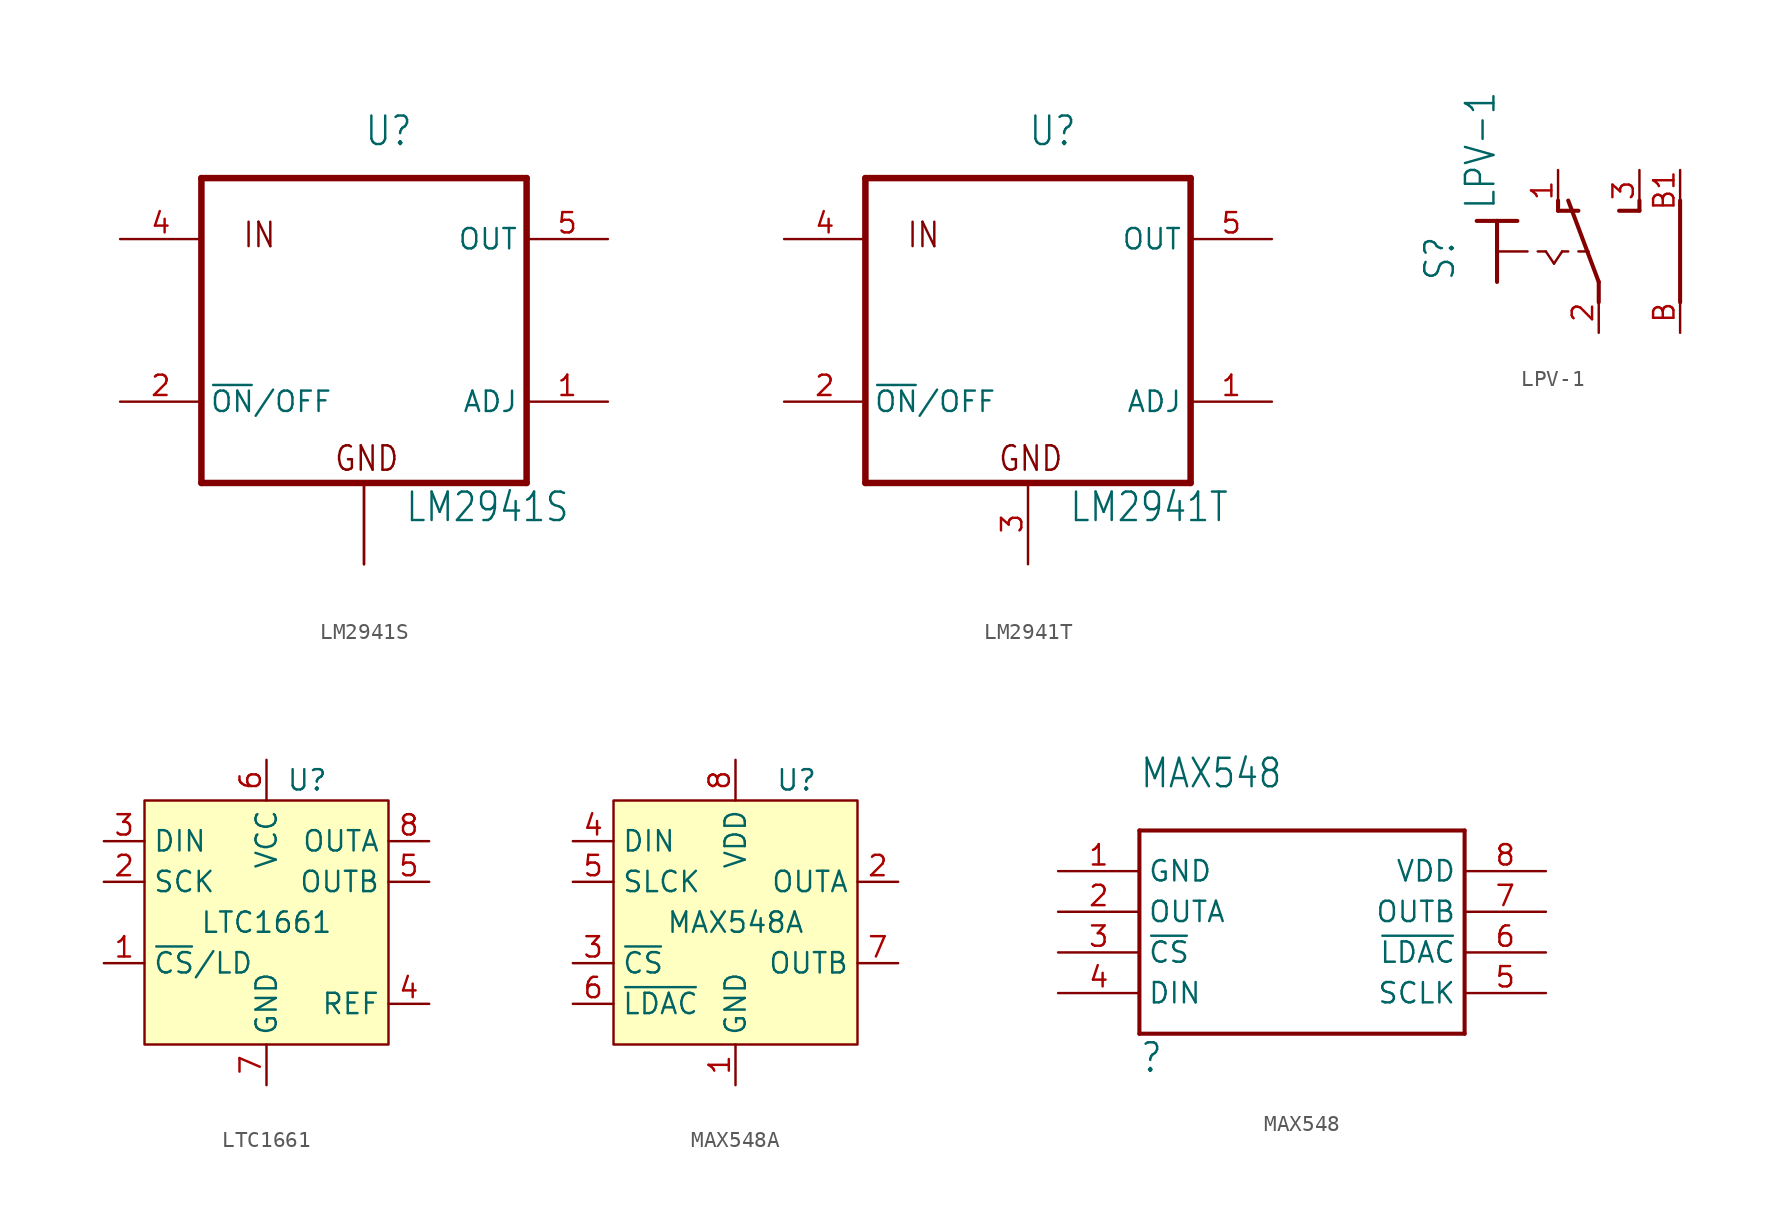
<source format=kicad_sym>
(kicad_symbol_lib
  (version 20211014)
  (generator kicad_symbol_editor)
  (symbol "LM2941S"
    (property "Reference" "U"
      (at 0 10.795 0)
      (effects (font (size 1.778 1.511)) (justify left bottom)))
    (property "Value" "LM2941S"
      (at 2.54 -12.7 0)
      (effects (font (size 1.778 1.511)) (justify left bottom)))
    (property "ki_locked" ""
      (at 0 0 0)
      (effects (font (size 1.27 1.27))))
    (symbol "LM2941S_1_0"
      (polyline (pts (xy -10.16 -10.16) (xy -10.16 8.89)) (stroke (width 0.406) (type default) (color 0 0 0 0)) (fill (type none)))
      (polyline (pts (xy -10.16 8.89) (xy 10.16 8.89)) (stroke (width 0.406) (type default) (color 0 0 0 0)) (fill (type none)))
      (polyline (pts (xy 10.16 -10.16) (xy -10.16 -10.16)) (stroke (width 0.406) (type default) (color 0 0 0 0)) (fill (type none)))
      (polyline (pts (xy 10.16 8.89) (xy 10.16 -10.16)) (stroke (width 0.406) (type default) (color 0 0 0 0)) (fill (type none)))
      (text "GND" (at -1.905 -9.525 0) (effects (font (size 1.524 1.295)) (justify left bottom)))
      (text "IN" (at -7.62 4.445 0) (effects (font (size 1.524 1.295)) (justify left bottom)))
      (pin passive line (at 15.24 -5.08 180) (length 5.08) (name "ADJ" (effects (font (size 1.27 1.27)))) (number "1" (effects (font (size 1.27 1.27)))))
      (pin input line (at -15.24 -5.08 0) (length 5.08) (name "~{ON}/OFF" (effects (font (size 1.27 1.27)))) (number "2" (effects (font (size 1.27 1.27)))))
      (pin power_in line (at 0 -15.24 90) (length 5.08) (name "GND" (effects (font (size 0 0)))) (number "3" (effects (font (size 0 0)))))
      (pin passive line (at -15.24 5.08 0) (length 5.08) (name "IN" (effects (font (size 0 0)))) (number "4" (effects (font (size 1.27 1.27)))))
      (pin passive line (at 15.24 5.08 180) (length 5.08) (name "OUT" (effects (font (size 1.27 1.27)))) (number "5" (effects (font (size 1.27 1.27)))))
      (pin power_in line (at 0 -15.24 90) (length 5.08) (name "GND" (effects (font (size 0 0)))) (number "6" (effects (font (size 0 0)))))))
  (symbol "LM2941T"
    (property "Reference" "U"
      (at 0 10.795 0)
      (effects (font (size 1.778 1.511)) (justify left bottom)))
    (property "Value" "LM2941T"
      (at 2.54 -12.7 0)
      (effects (font (size 1.778 1.511)) (justify left bottom)))
    (property "ki_locked" ""
      (at 0 0 0)
      (effects (font (size 1.27 1.27))))
    (symbol "LM2941T_1_0"
      (polyline (pts (xy -10.16 -10.16) (xy -10.16 8.89)) (stroke (width 0.406) (type default) (color 0 0 0 0)) (fill (type none)))
      (polyline (pts (xy -10.16 8.89) (xy 10.16 8.89)) (stroke (width 0.406) (type default) (color 0 0 0 0)) (fill (type none)))
      (polyline (pts (xy 10.16 -10.16) (xy -10.16 -10.16)) (stroke (width 0.406) (type default) (color 0 0 0 0)) (fill (type none)))
      (polyline (pts (xy 10.16 8.89) (xy 10.16 -10.16)) (stroke (width 0.406) (type default) (color 0 0 0 0)) (fill (type none)))
      (text "GND" (at -1.905 -9.525 0) (effects (font (size 1.524 1.295)) (justify left bottom)))
      (text "IN" (at -7.62 4.445 0) (effects (font (size 1.524 1.295)) (justify left bottom)))
      (pin passive line (at 15.24 -5.08 180) (length 5.08) (name "ADJ" (effects (font (size 1.27 1.27)))) (number "1" (effects (font (size 1.27 1.27)))))
      (pin input line (at -15.24 -5.08 0) (length 5.08) (name "~{ON}/OFF" (effects (font (size 1.27 1.27)))) (number "2" (effects (font (size 1.27 1.27)))))
      (pin power_in line (at 0 -15.24 90) (length 5.08) (name "GND" (effects (font (size 0 0)))) (number "3" (effects (font (size 1.27 1.27)))))
      (pin passive line (at -15.24 5.08 0) (length 5.08) (name "IN" (effects (font (size 0 0)))) (number "4" (effects (font (size 1.27 1.27)))))
      (pin passive line (at 15.24 5.08 180) (length 5.08) (name "OUT" (effects (font (size 1.27 1.27)))) (number "5" (effects (font (size 1.27 1.27)))))))
  (symbol "LPV-1"
    (property "Reference" "S"
      (at -6.35 -1.905 90)
      (effects (font (size 1.778 1.511)) (justify left bottom)))
    (property "Value" "LPV-1"
      (at -3.81 2.54 90)
      (effects (font (size 1.778 1.511)) (justify left bottom)))
    (property "ki_locked" ""
      (at 0 0 0)
      (effects (font (size 1.27 1.27))))
    (symbol "LPV-1_1_0"
      (polyline (pts (xy -5.08 1.905) (xy -3.81 1.905)) (stroke (width 0.254) (type default) (color 0 0 0 0)) (fill (type none)))
      (polyline (pts (xy -3.81 0) (xy -3.81 -1.905)) (stroke (width 0.254) (type default) (color 0 0 0 0)) (fill (type none)))
      (polyline (pts (xy -3.81 0) (xy -1.905 0)) (stroke (width 0.152) (type default) (color 0 0 0 0)) (fill (type none)))
      (polyline (pts (xy -3.81 1.905) (xy -3.81 0)) (stroke (width 0.254) (type default) (color 0 0 0 0)) (fill (type none)))
      (polyline (pts (xy -3.81 1.905) (xy -2.54 1.905)) (stroke (width 0.254) (type default) (color 0 0 0 0)) (fill (type none)))
      (polyline (pts (xy -1.27 0) (xy -0.762 0)) (stroke (width 0.152) (type default) (color 0 0 0 0)) (fill (type none)))
      (polyline (pts (xy -0.762 0) (xy -0.254 -0.762)) (stroke (width 0.152) (type default) (color 0 0 0 0)) (fill (type none)))
      (polyline (pts (xy -0.254 -0.762) (xy 0.254 0)) (stroke (width 0.152) (type default) (color 0 0 0 0)) (fill (type none)))
      (polyline (pts (xy 0 2.54) (xy 0 3.175)) (stroke (width 0.254) (type default) (color 0 0 0 0)) (fill (type none)))
      (polyline (pts (xy 0 2.54) (xy 1.27 2.54)) (stroke (width 0.254) (type default) (color 0 0 0 0)) (fill (type none)))
      (polyline (pts (xy 0.254 0) (xy 0.635 0)) (stroke (width 0.152) (type default) (color 0 0 0 0)) (fill (type none)))
      (polyline (pts (xy 1.27 0) (xy 1.905 0)) (stroke (width 0.152) (type default) (color 0 0 0 0)) (fill (type none)))
      (polyline (pts (xy 2.54 -3.175) (xy 2.54 -1.905)) (stroke (width 0.254) (type default) (color 0 0 0 0)) (fill (type none)))
      (polyline (pts (xy 2.54 -1.905) (xy 0.635 3.175)) (stroke (width 0.254) (type default) (color 0 0 0 0)) (fill (type none)))
      (polyline (pts (xy 3.81 2.54) (xy 5.08 2.54)) (stroke (width 0.254) (type default) (color 0 0 0 0)) (fill (type none)))
      (polyline (pts (xy 5.08 2.54) (xy 5.08 3.175)) (stroke (width 0.254) (type default) (color 0 0 0 0)) (fill (type none)))
      (polyline (pts (xy 7.62 -3.175) (xy 7.62 3.175)) (stroke (width 0.254) (type default) (color 0 0 0 0)) (fill (type none)))
      (pin passive line (at 0 5.08 270) (length 2.54) (name "O" (effects (font (size 0 0)))) (number "1" (effects (font (size 1.27 1.27)))))
      (pin passive line (at 2.54 -5.08 90) (length 2.54) (name "P" (effects (font (size 0 0)))) (number "2" (effects (font (size 1.27 1.27)))))
      (pin passive line (at 5.08 5.08 270) (length 2.54) (name "S" (effects (font (size 0 0)))) (number "3" (effects (font (size 1.27 1.27)))))
      (pin passive line (at 7.62 -5.08 90) (length 2.54) (name "B" (effects (font (size 0 0)))) (number "B" (effects (font (size 1.27 1.27)))))
      (pin passive line (at 7.62 5.08 270) (length 2.54) (name "B1" (effects (font (size 0 0)))) (number "B1" (effects (font (size 1.27 1.27)))))))
  (symbol "LTC1661"
    (property "Reference" "U"
      (at 2.54 8.89 0)
      (effects (font (size 1.27 1.27))))
    (property "Value" "LTC1661"
      (at 0 0 0)
      (effects (font (size 1.27 1.27))))
    (symbol "LTC1661_0_1"
      (rectangle (start -7.62 7.62) (end 7.62 -7.62) (stroke (width 0.152) (type default) (color 0 0 0 0)) (fill (type background))))
    (symbol "LTC1661_1_1"
      (pin input line (at -10.16 -2.54 0) (length 2.54) (name "~{CS}/LD" (effects (font (size 1.27 1.27)))) (number "1" (effects (font (size 1.27 1.27)))))
      (pin input line (at -10.16 2.54 0) (length 2.54) (name "SCK" (effects (font (size 1.27 1.27)))) (number "2" (effects (font (size 1.27 1.27)))))
      (pin input line (at -10.16 5.08 0) (length 2.54) (name "DIN" (effects (font (size 1.27 1.27)))) (number "3" (effects (font (size 1.27 1.27)))))
      (pin input line (at 10.16 -5.08 180) (length 2.54) (name "REF" (effects (font (size 1.27 1.27)))) (number "4" (effects (font (size 1.27 1.27)))))
      (pin output line (at 10.16 2.54 180) (length 2.54) (name "OUTB" (effects (font (size 1.27 1.27)))) (number "5" (effects (font (size 1.27 1.27)))))
      (pin power_in line (at 0 10.16 270) (length 2.54) (name "VCC" (effects (font (size 1.27 1.27)))) (number "6" (effects (font (size 1.27 1.27)))))
      (pin power_in line (at 0 -10.16 90) (length 2.54) (name "GND" (effects (font (size 1.27 1.27)))) (number "7" (effects (font (size 1.27 1.27)))))
      (pin output line (at 10.16 5.08 180) (length 2.54) (name "OUTA" (effects (font (size 1.27 1.27)))) (number "8" (effects (font (size 1.27 1.27)))))))
  (symbol "MAX548A"
    (property "Reference" "U"
      (at 3.81 8.89 0)
      (effects (font (size 1.27 1.27))))
    (property "Value" "MAX548A"
      (at 0 0 0)
      (effects (font (size 1.27 1.27))))
    (symbol "MAX548A_0_1"
      (rectangle (start -7.62 7.62) (end 7.62 -7.62) (stroke (width 0.152) (type default) (color 0 0 0 0)) (fill (type background))))
    (symbol "MAX548A_1_1"
      (pin power_in line (at 0 -10.16 90) (length 2.54) (name "GND" (effects (font (size 1.27 1.27)))) (number "1" (effects (font (size 1.27 1.27)))))
      (pin output line (at 10.16 2.54 180) (length 2.54) (name "OUTA" (effects (font (size 1.27 1.27)))) (number "2" (effects (font (size 1.27 1.27)))))
      (pin input line (at -10.16 -2.54 0) (length 2.54) (name "~{CS}" (effects (font (size 1.27 1.27)))) (number "3" (effects (font (size 1.27 1.27)))))
      (pin input line (at -10.16 5.08 0) (length 2.54) (name "DIN" (effects (font (size 1.27 1.27)))) (number "4" (effects (font (size 1.27 1.27)))))
      (pin input line (at -10.16 2.54 0) (length 2.54) (name "SLCK" (effects (font (size 1.27 1.27)))) (number "5" (effects (font (size 1.27 1.27)))))
      (pin input line (at -10.16 -5.08 0) (length 2.54) (name "~{LDAC}" (effects (font (size 1.27 1.27)))) (number "6" (effects (font (size 1.27 1.27)))))
      (pin output line (at 10.16 -2.54 180) (length 2.54) (name "OUTB" (effects (font (size 1.27 1.27)))) (number "7" (effects (font (size 1.27 1.27)))))
      (pin power_in line (at 0 10.16 270) (length 2.54) (name "VDD" (effects (font (size 1.27 1.27)))) (number "8" (effects (font (size 1.27 1.27)))))))
  (symbol "MAX548"
    (property "Reference" ""
      (at -7.62 -10.16 0)
      (effects (font (size 1.778 1.511)) (justify left bottom)))
    (property "Value" "MAX548"
      (at -7.62 7.62 0)
      (effects (font (size 1.778 1.511)) (justify left bottom)))
    (property "ki_locked" ""
      (at 0 0 0)
      (effects (font (size 1.27 1.27))))
    (symbol "MAX548_1_0"
      (polyline (pts (xy -7.62 -7.62) (xy -7.62 5.08)) (stroke (width 0.254) (type default) (color 0 0 0 0)) (fill (type none)))
      (polyline (pts (xy -7.62 5.08) (xy 12.7 5.08)) (stroke (width 0.254) (type default) (color 0 0 0 0)) (fill (type none)))
      (polyline (pts (xy 12.7 -7.62) (xy -7.62 -7.62)) (stroke (width 0.254) (type default) (color 0 0 0 0)) (fill (type none)))
      (polyline (pts (xy 12.7 5.08) (xy 12.7 -7.62)) (stroke (width 0.254) (type default) (color 0 0 0 0)) (fill (type none)))
      (pin bidirectional line (at -12.7 2.54 0) (length 5.08) (name "GND" (effects (font (size 1.27 1.27)))) (number "1" (effects (font (size 1.27 1.27)))))
      (pin bidirectional line (at -12.7 0 0) (length 5.08) (name "OUTA" (effects (font (size 1.27 1.27)))) (number "2" (effects (font (size 1.27 1.27)))))
      (pin bidirectional line (at -12.7 -2.54 0) (length 5.08) (name "~{CS}" (effects (font (size 1.27 1.27)))) (number "3" (effects (font (size 1.27 1.27)))))
      (pin bidirectional line (at -12.7 -5.08 0) (length 5.08) (name "DIN" (effects (font (size 1.27 1.27)))) (number "4" (effects (font (size 1.27 1.27)))))
      (pin bidirectional line (at 17.78 -5.08 180) (length 5.08) (name "SCLK" (effects (font (size 1.27 1.27)))) (number "5" (effects (font (size 1.27 1.27)))))
      (pin bidirectional line (at 17.78 -2.54 180) (length 5.08) (name "~{LDAC}" (effects (font (size 1.27 1.27)))) (number "6" (effects (font (size 1.27 1.27)))))
      (pin bidirectional line (at 17.78 0 180) (length 5.08) (name "OUTB" (effects (font (size 1.27 1.27)))) (number "7" (effects (font (size 1.27 1.27)))))
      (pin bidirectional line (at 17.78 2.54 180) (length 5.08) (name "VDD" (effects (font (size 1.27 1.27)))) (number "8" (effects (font (size 1.27 1.27))))))))
</source>
